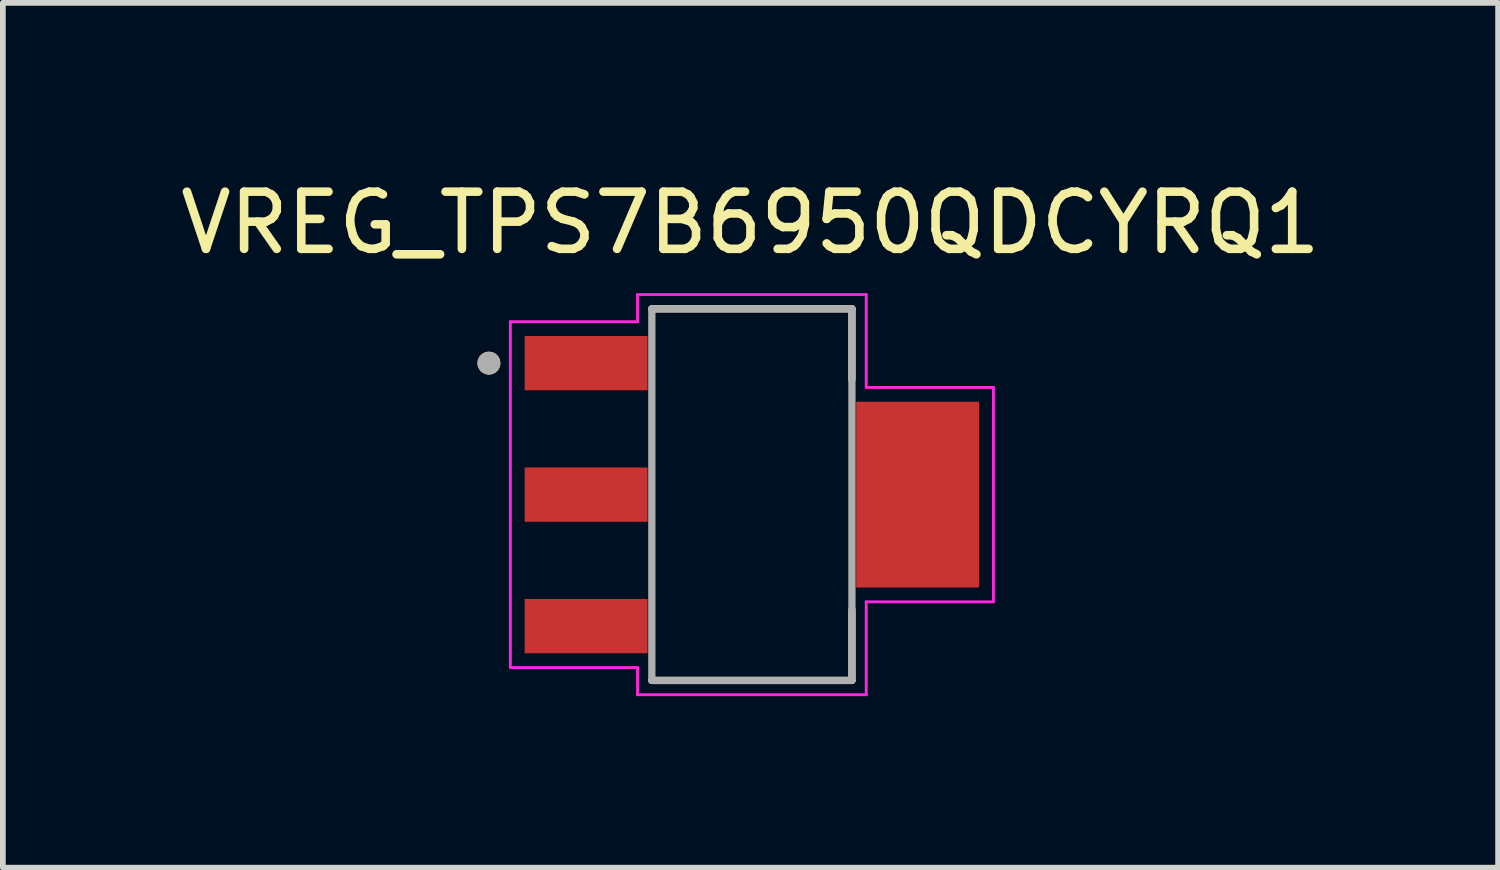
<source format=kicad_pcb>
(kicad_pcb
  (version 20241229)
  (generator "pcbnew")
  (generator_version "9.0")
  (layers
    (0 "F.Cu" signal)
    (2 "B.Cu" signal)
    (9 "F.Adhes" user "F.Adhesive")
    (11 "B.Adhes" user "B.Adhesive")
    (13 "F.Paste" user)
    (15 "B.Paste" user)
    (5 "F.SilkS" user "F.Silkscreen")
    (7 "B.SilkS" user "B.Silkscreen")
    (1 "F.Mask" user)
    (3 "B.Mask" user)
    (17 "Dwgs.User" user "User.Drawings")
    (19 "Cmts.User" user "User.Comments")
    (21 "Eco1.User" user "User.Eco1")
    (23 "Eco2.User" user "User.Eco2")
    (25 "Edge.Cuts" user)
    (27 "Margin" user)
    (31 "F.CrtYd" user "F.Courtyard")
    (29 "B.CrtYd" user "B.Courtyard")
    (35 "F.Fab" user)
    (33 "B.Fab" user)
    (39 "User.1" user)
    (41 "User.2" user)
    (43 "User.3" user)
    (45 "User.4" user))
  (footprint "VREG_TPS7B6950QDCYRQ1"
    (layer "F.Cu")
    (at 10.102 5.602)
    (property "Reference" "VREG_TPS7B6950QDCYRQ1" (at -0.025 -4.754 0) (layer "F.SilkS") (effects (font (size 1 1) (thickness 0.15))))
    (attr smd)
    (fp_line (start -1.75 -3.25) (end 1.75 -3.25) (stroke (width 0.127) (type solid)) (layer "F.SilkS"))
    (fp_line (start -1.75 3.25) (end 1.75 3.25) (stroke (width 0.127) (type solid)) (layer "F.SilkS"))
    (fp_line (start 1.75 -3.25) (end 1.75 -2.01) (stroke (width 0.127) (type solid)) (layer "F.SilkS"))
    (fp_line (start 1.75 3.25) (end 1.75 2.01) (stroke (width 0.127) (type solid)) (layer "F.SilkS"))
    (fp_circle (center -4.6 -2.3) (end -4.5 -2.3) (stroke (width 0.2) (type solid)) (fill no) (layer "F.SilkS"))
    (fp_line (start -4.225 -3.025) (end -4.225 3.025) (stroke (width 0.05) (type solid)) (layer "F.CrtYd"))
    (fp_line (start -4.225 3.025) (end -2 3.025) (stroke (width 0.05) (type solid)) (layer "F.CrtYd"))
    (fp_line (start -2 -3.5) (end -2 -3.025) (stroke (width 0.05) (type solid)) (layer "F.CrtYd"))
    (fp_line (start -2 -3.025) (end -4.225 -3.025) (stroke (width 0.05) (type solid)) (layer "F.CrtYd"))
    (fp_line (start -2 3.025) (end -2 3.5) (stroke (width 0.05) (type solid)) (layer "F.CrtYd"))
    (fp_line (start -2 3.5) (end 2 3.5) (stroke (width 0.05) (type solid)) (layer "F.CrtYd"))
    (fp_line (start 2 -3.5) (end -2 -3.5) (stroke (width 0.05) (type solid)) (layer "F.CrtYd"))
    (fp_line (start 2 -1.875) (end 2 -3.5) (stroke (width 0.05) (type solid)) (layer "F.CrtYd"))
    (fp_line (start 2 1.875) (end 4.225 1.875) (stroke (width 0.05) (type solid)) (layer "F.CrtYd"))
    (fp_line (start 2 3.5) (end 2 1.875) (stroke (width 0.05) (type solid)) (layer "F.CrtYd"))
    (fp_line (start 4.225 -1.875) (end 2 -1.875) (stroke (width 0.05) (type solid)) (layer "F.CrtYd"))
    (fp_line (start 4.225 1.875) (end 4.225 -1.875) (stroke (width 0.05) (type solid)) (layer "F.CrtYd"))
    (fp_line (start -1.75 -3.25) (end -1.75 3.25) (stroke (width 0.127) (type solid)) (layer "F.Fab"))
    (fp_line (start 1.75 -3.25) (end -1.75 -3.25) (stroke (width 0.127) (type solid)) (layer "F.Fab"))
    (fp_line (start 1.75 -3.25) (end 1.75 3.25) (stroke (width 0.127) (type solid)) (layer "F.Fab"))
    (fp_line (start 1.75 3.25) (end -1.75 3.25) (stroke (width 0.127) (type solid)) (layer "F.Fab"))
    (fp_circle (center -4.6 -2.3) (end -4.5 -2.3) (stroke (width 0.2) (type solid)) (fill no) (layer "F.Fab"))
    (pad "1" smd rect (at -2.9 -2.3) (size 2.15 0.95) (layers "F.Cu" "F.Mask" "F.Paste"))
    (pad "2" smd rect (at -2.9 0) (size 2.15 0.95) (layers "F.Cu" "F.Mask" "F.Paste"))
    (pad "3" smd rect (at -2.9 2.3) (size 2.15 0.95) (layers "F.Cu" "F.Mask" "F.Paste"))
    (pad "4" smd rect (at 2.9 0) (size 2.15 3.25) (layers "F.Cu" "F.Mask" "F.Paste")))
  (gr_rect
    (start -3 -3)
    (end 23.155 12.127)
    (stroke (width 0.1) (type default))
    (fill no)
    (layer "Edge.Cuts")))
</source>
